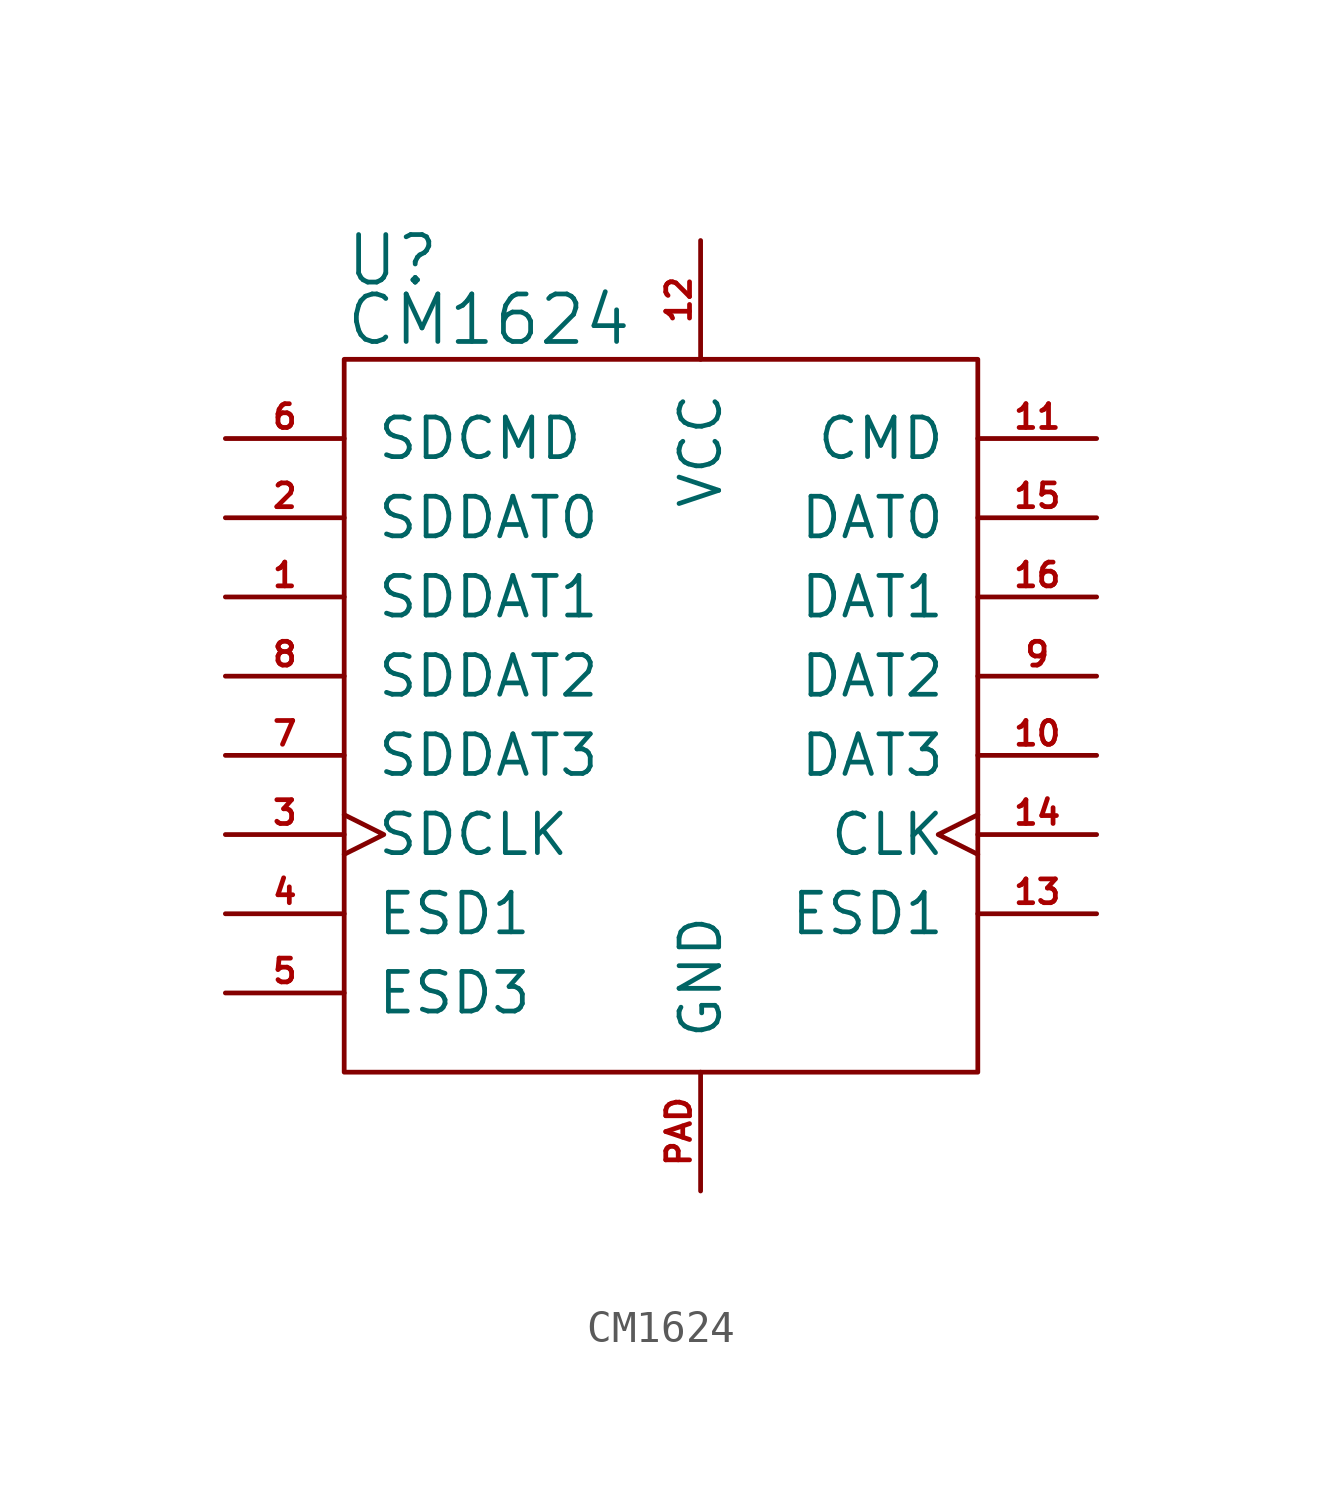
<source format=kicad_sym>
(kicad_symbol_lib
  (version 20211014)
  (generator kicad_symbol_editor)
  (symbol "CM1624"
    (pin_names
      (offset 1.016))
    (property "Reference" "U"
      (at -10.16 14.605 0)
      (effects (font (size 1.524 1.524)) (justify left)))
    (property "Value" "CM1624"
      (at -10.16 12.7 0)
      (effects (font (size 1.524 1.524)) (justify left)))
    (symbol "CM1624_0_1"
      (rectangle (start -10.16 11.43) (end 10.16 -11.43) (stroke (width 0) (type default) (color 0 0 0 0)) (fill (type none))))
    (symbol "CM1624_1_1"
      (pin passive line (at -13.97 3.81 0) (length 3.81) (name "SDDAT1" (effects (font (size 1.27 1.27)))) (number "1" (effects (font (size 0.762 0.762)))))
      (pin passive line (at 13.97 -1.27 180) (length 3.81) (name "DAT3" (effects (font (size 1.27 1.27)))) (number "10" (effects (font (size 0.762 0.762)))))
      (pin passive line (at 13.97 8.89 180) (length 3.81) (name "CMD" (effects (font (size 1.27 1.27)))) (number "11" (effects (font (size 0.762 0.762)))))
      (pin power_in line (at 1.27 15.24 270) (length 3.81) (name "VCC" (effects (font (size 1.27 1.27)))) (number "12" (effects (font (size 0.762 0.762)))))
      (pin passive line (at 13.97 -6.35 180) (length 3.81) (name "ESD1" (effects (font (size 1.27 1.27)))) (number "13" (effects (font (size 0.762 0.762)))))
      (pin passive clock (at 13.97 -3.81 180) (length 3.81) (name "CLK" (effects (font (size 1.27 1.27)))) (number "14" (effects (font (size 0.762 0.762)))))
      (pin passive line (at 13.97 6.35 180) (length 3.81) (name "DAT0" (effects (font (size 1.27 1.27)))) (number "15" (effects (font (size 0.762 0.762)))))
      (pin passive line (at 13.97 3.81 180) (length 3.81) (name "DAT1" (effects (font (size 1.27 1.27)))) (number "16" (effects (font (size 0.762 0.762)))))
      (pin passive line (at -13.97 6.35 0) (length 3.81) (name "SDDAT0" (effects (font (size 1.27 1.27)))) (number "2" (effects (font (size 0.762 0.762)))))
      (pin passive clock (at -13.97 -3.81 0) (length 3.81) (name "SDCLK" (effects (font (size 1.27 1.27)))) (number "3" (effects (font (size 0.762 0.762)))))
      (pin passive line (at -13.97 -6.35 0) (length 3.81) (name "ESD1" (effects (font (size 1.27 1.27)))) (number "4" (effects (font (size 0.762 0.762)))))
      (pin passive line (at -13.97 -8.89 0) (length 3.81) (name "ESD3" (effects (font (size 1.27 1.27)))) (number "5" (effects (font (size 0.762 0.762)))))
      (pin passive line (at -13.97 8.89 0) (length 3.81) (name "SDCMD" (effects (font (size 1.27 1.27)))) (number "6" (effects (font (size 0.762 0.762)))))
      (pin passive line (at -13.97 -1.27 0) (length 3.81) (name "SDDAT3" (effects (font (size 1.27 1.27)))) (number "7" (effects (font (size 0.762 0.762)))))
      (pin passive line (at -13.97 1.27 0) (length 3.81) (name "SDDAT2" (effects (font (size 1.27 1.27)))) (number "8" (effects (font (size 0.762 0.762)))))
      (pin passive line (at 13.97 1.27 180) (length 3.81) (name "DAT2" (effects (font (size 1.27 1.27)))) (number "9" (effects (font (size 0.762 0.762)))))
      (pin power_in line (at 1.27 -15.24 90) (length 3.81) (name "GND" (effects (font (size 1.27 1.27)))) (number "PAD" (effects (font (size 0.762 0.762))))))))
</source>
